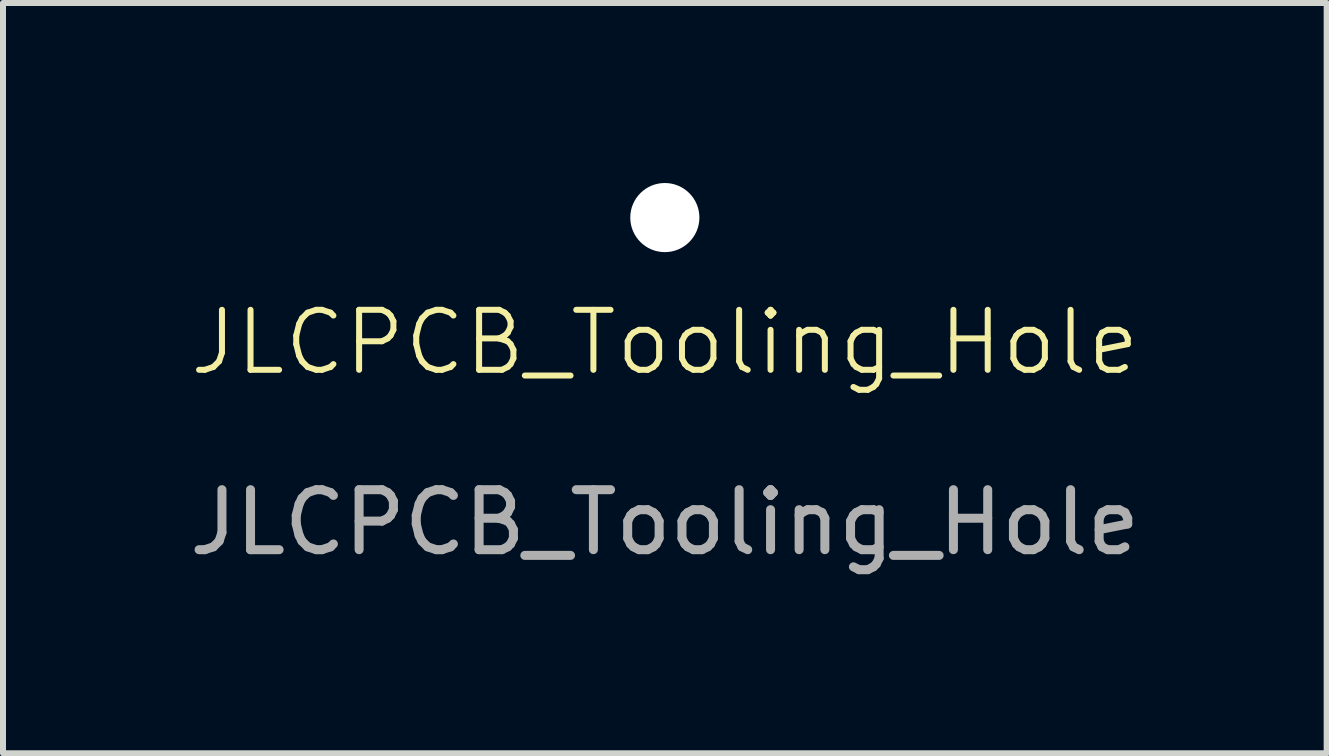
<source format=kicad_pcb>
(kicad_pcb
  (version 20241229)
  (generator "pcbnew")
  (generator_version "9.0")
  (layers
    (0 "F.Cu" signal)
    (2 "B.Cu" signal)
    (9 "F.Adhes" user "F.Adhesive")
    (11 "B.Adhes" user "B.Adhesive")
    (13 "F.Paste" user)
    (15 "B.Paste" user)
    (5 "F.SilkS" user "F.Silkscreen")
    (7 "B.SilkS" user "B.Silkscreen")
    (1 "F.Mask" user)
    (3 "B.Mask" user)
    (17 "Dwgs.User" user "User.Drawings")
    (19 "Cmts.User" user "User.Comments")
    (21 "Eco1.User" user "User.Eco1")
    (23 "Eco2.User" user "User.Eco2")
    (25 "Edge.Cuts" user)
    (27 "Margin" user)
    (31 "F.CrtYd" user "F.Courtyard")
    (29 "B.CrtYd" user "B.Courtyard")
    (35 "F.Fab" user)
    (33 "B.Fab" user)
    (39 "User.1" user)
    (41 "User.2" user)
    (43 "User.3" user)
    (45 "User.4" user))
  (footprint "JLCPCB_Tooling_Hole"
    (layer "F.Cu")
    (at 8.03 0.576)
    (property "Reference" "JLCPCB_Tooling_Hole" (at 0 2.08 0) (unlocked yes) (layer "F.SilkS") (effects (font (size 1 1) (thickness 0.1))))
    (attr through_hole)
    (fp_text user "${REFERENCE}" (at 0 5.08 0) (unlocked yes) (layer "F.Fab") (effects (font (size 1 1) (thickness 0.15))))
    (pad "" np_thru_hole circle (at 0 0) (size 1.152 1.152) (drill 1.152) (layers "*.Cu" "*.Mask")))
  (gr_rect
    (start -3 -3)
    (end 19.06 9.504)
    (stroke (width 0.1) (type default))
    (fill no)
    (layer "Edge.Cuts")))
</source>
